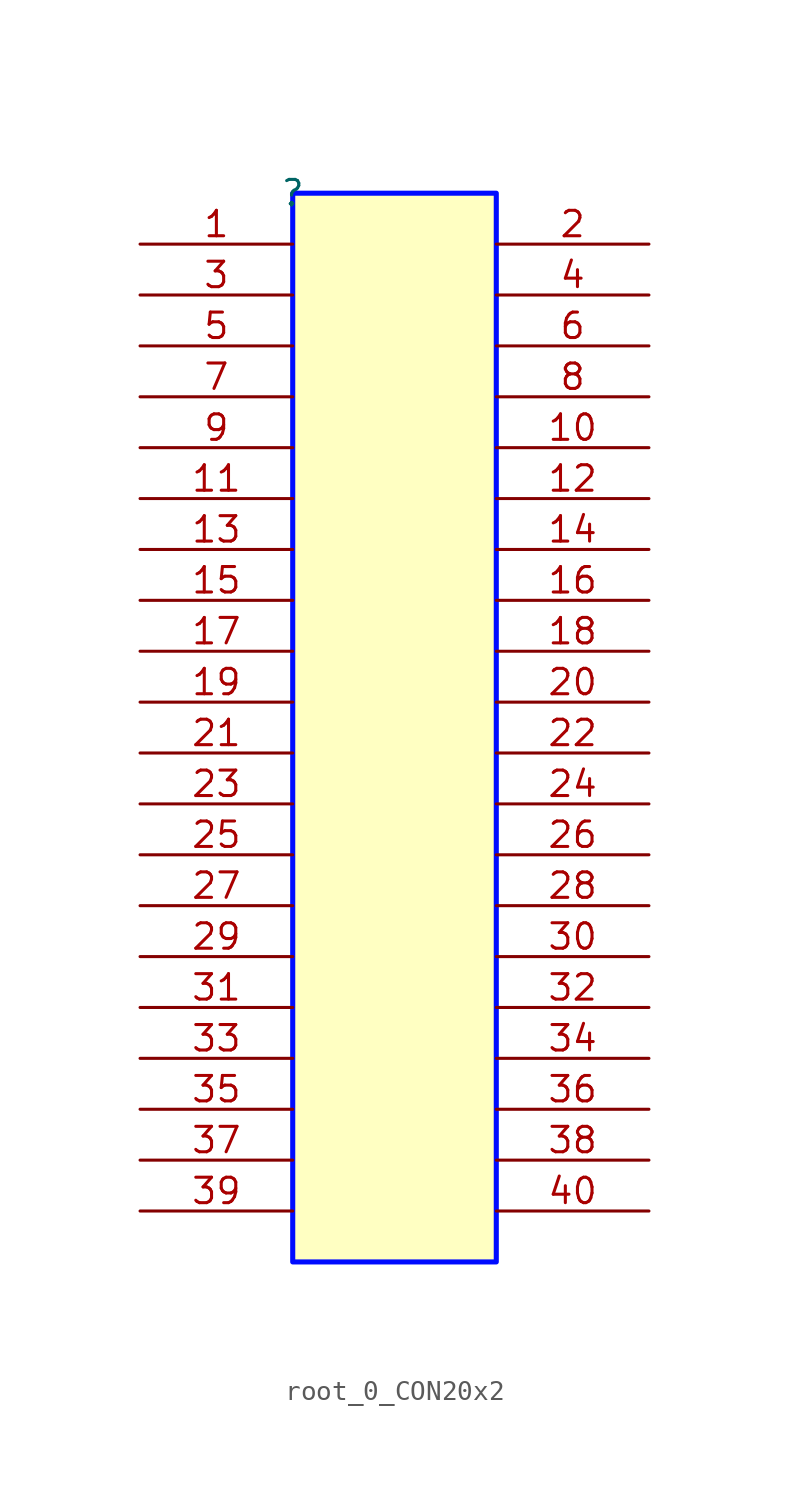
<source format=kicad_sym>
(kicad_symbol_lib
  (version 20231120)
  (generator "kicad_symbol_editor")
  (generator_version "8.0")
  (symbol "root_0_CON20x2"
    (property "Reference" ""
      (at 0 0 0)
      (effects (font (size 1.27 1.27))))
    (property "Value" ""
      (at 0 0 0)
      (effects (font (size 1.27 1.27))))
    (symbol "root_0_CON20x2_1_0"
      (rectangle (start 10.16 0) (end 0 -53.34) (stroke (width 0.254) (type solid) (color 0 11 255 1)) (fill (type background)))
      (pin passive line (at -7.62 -2.54 0) (length 7.62) (name "1" (effects (font (size 0 0)))) (number "1" (effects (font (size 1.27 1.27)))))
      (pin passive line (at 17.78 -12.7 180) (length 7.62) (name "10" (effects (font (size 0 0)))) (number "10" (effects (font (size 1.27 1.27)))))
      (pin passive line (at -7.62 -15.24 0) (length 7.62) (name "11" (effects (font (size 0 0)))) (number "11" (effects (font (size 1.27 1.27)))))
      (pin passive line (at 17.78 -15.24 180) (length 7.62) (name "12" (effects (font (size 0 0)))) (number "12" (effects (font (size 1.27 1.27)))))
      (pin passive line (at -7.62 -17.78 0) (length 7.62) (name "13" (effects (font (size 0 0)))) (number "13" (effects (font (size 1.27 1.27)))))
      (pin passive line (at 17.78 -17.78 180) (length 7.62) (name "14" (effects (font (size 0 0)))) (number "14" (effects (font (size 1.27 1.27)))))
      (pin passive line (at -7.62 -20.32 0) (length 7.62) (name "15" (effects (font (size 0 0)))) (number "15" (effects (font (size 1.27 1.27)))))
      (pin passive line (at 17.78 -20.32 180) (length 7.62) (name "16" (effects (font (size 0 0)))) (number "16" (effects (font (size 1.27 1.27)))))
      (pin passive line (at -7.62 -22.86 0) (length 7.62) (name "17" (effects (font (size 0 0)))) (number "17" (effects (font (size 1.27 1.27)))))
      (pin passive line (at 17.78 -22.86 180) (length 7.62) (name "18" (effects (font (size 0 0)))) (number "18" (effects (font (size 1.27 1.27)))))
      (pin passive line (at -7.62 -25.4 0) (length 7.62) (name "19" (effects (font (size 0 0)))) (number "19" (effects (font (size 1.27 1.27)))))
      (pin passive line (at 17.78 -2.54 180) (length 7.62) (name "2" (effects (font (size 0 0)))) (number "2" (effects (font (size 1.27 1.27)))))
      (pin passive line (at 17.78 -25.4 180) (length 7.62) (name "20" (effects (font (size 0 0)))) (number "20" (effects (font (size 1.27 1.27)))))
      (pin passive line (at -7.62 -27.94 0) (length 7.62) (name "21" (effects (font (size 0 0)))) (number "21" (effects (font (size 1.27 1.27)))))
      (pin passive line (at 17.78 -27.94 180) (length 7.62) (name "22" (effects (font (size 0 0)))) (number "22" (effects (font (size 1.27 1.27)))))
      (pin passive line (at -7.62 -30.48 0) (length 7.62) (name "23" (effects (font (size 0 0)))) (number "23" (effects (font (size 1.27 1.27)))))
      (pin passive line (at 17.78 -30.48 180) (length 7.62) (name "24" (effects (font (size 0 0)))) (number "24" (effects (font (size 1.27 1.27)))))
      (pin passive line (at -7.62 -33.02 0) (length 7.62) (name "25" (effects (font (size 0 0)))) (number "25" (effects (font (size 1.27 1.27)))))
      (pin passive line (at 17.78 -33.02 180) (length 7.62) (name "26" (effects (font (size 0 0)))) (number "26" (effects (font (size 1.27 1.27)))))
      (pin passive line (at -7.62 -35.56 0) (length 7.62) (name "27" (effects (font (size 0 0)))) (number "27" (effects (font (size 1.27 1.27)))))
      (pin passive line (at 17.78 -35.56 180) (length 7.62) (name "28" (effects (font (size 0 0)))) (number "28" (effects (font (size 1.27 1.27)))))
      (pin passive line (at -7.62 -38.1 0) (length 7.62) (name "29" (effects (font (size 0 0)))) (number "29" (effects (font (size 1.27 1.27)))))
      (pin passive line (at -7.62 -5.08 0) (length 7.62) (name "3" (effects (font (size 0 0)))) (number "3" (effects (font (size 1.27 1.27)))))
      (pin passive line (at 17.78 -38.1 180) (length 7.62) (name "30" (effects (font (size 0 0)))) (number "30" (effects (font (size 1.27 1.27)))))
      (pin passive line (at -7.62 -40.64 0) (length 7.62) (name "31" (effects (font (size 0 0)))) (number "31" (effects (font (size 1.27 1.27)))))
      (pin passive line (at 17.78 -40.64 180) (length 7.62) (name "32" (effects (font (size 0 0)))) (number "32" (effects (font (size 1.27 1.27)))))
      (pin passive line (at -7.62 -43.18 0) (length 7.62) (name "33" (effects (font (size 0 0)))) (number "33" (effects (font (size 1.27 1.27)))))
      (pin passive line (at 17.78 -43.18 180) (length 7.62) (name "34" (effects (font (size 0 0)))) (number "34" (effects (font (size 1.27 1.27)))))
      (pin passive line (at -7.62 -45.72 0) (length 7.62) (name "35" (effects (font (size 0 0)))) (number "35" (effects (font (size 1.27 1.27)))))
      (pin passive line (at 17.78 -45.72 180) (length 7.62) (name "36" (effects (font (size 0 0)))) (number "36" (effects (font (size 1.27 1.27)))))
      (pin passive line (at -7.62 -48.26 0) (length 7.62) (name "37" (effects (font (size 0 0)))) (number "37" (effects (font (size 1.27 1.27)))))
      (pin passive line (at 17.78 -48.26 180) (length 7.62) (name "38" (effects (font (size 0 0)))) (number "38" (effects (font (size 1.27 1.27)))))
      (pin passive line (at -7.62 -50.8 0) (length 7.62) (name "39" (effects (font (size 0 0)))) (number "39" (effects (font (size 1.27 1.27)))))
      (pin passive line (at 17.78 -5.08 180) (length 7.62) (name "4" (effects (font (size 0 0)))) (number "4" (effects (font (size 1.27 1.27)))))
      (pin passive line (at 17.78 -50.8 180) (length 7.62) (name "40" (effects (font (size 0 0)))) (number "40" (effects (font (size 1.27 1.27)))))
      (pin passive line (at -7.62 -7.62 0) (length 7.62) (name "5" (effects (font (size 0 0)))) (number "5" (effects (font (size 1.27 1.27)))))
      (pin passive line (at 17.78 -7.62 180) (length 7.62) (name "6" (effects (font (size 0 0)))) (number "6" (effects (font (size 1.27 1.27)))))
      (pin passive line (at -7.62 -10.16 0) (length 7.62) (name "7" (effects (font (size 0 0)))) (number "7" (effects (font (size 1.27 1.27)))))
      (pin passive line (at 17.78 -10.16 180) (length 7.62) (name "8" (effects (font (size 0 0)))) (number "8" (effects (font (size 1.27 1.27)))))
      (pin passive line (at -7.62 -12.7 0) (length 7.62) (name "9" (effects (font (size 0 0)))) (number "9" (effects (font (size 1.27 1.27))))))))
</source>
